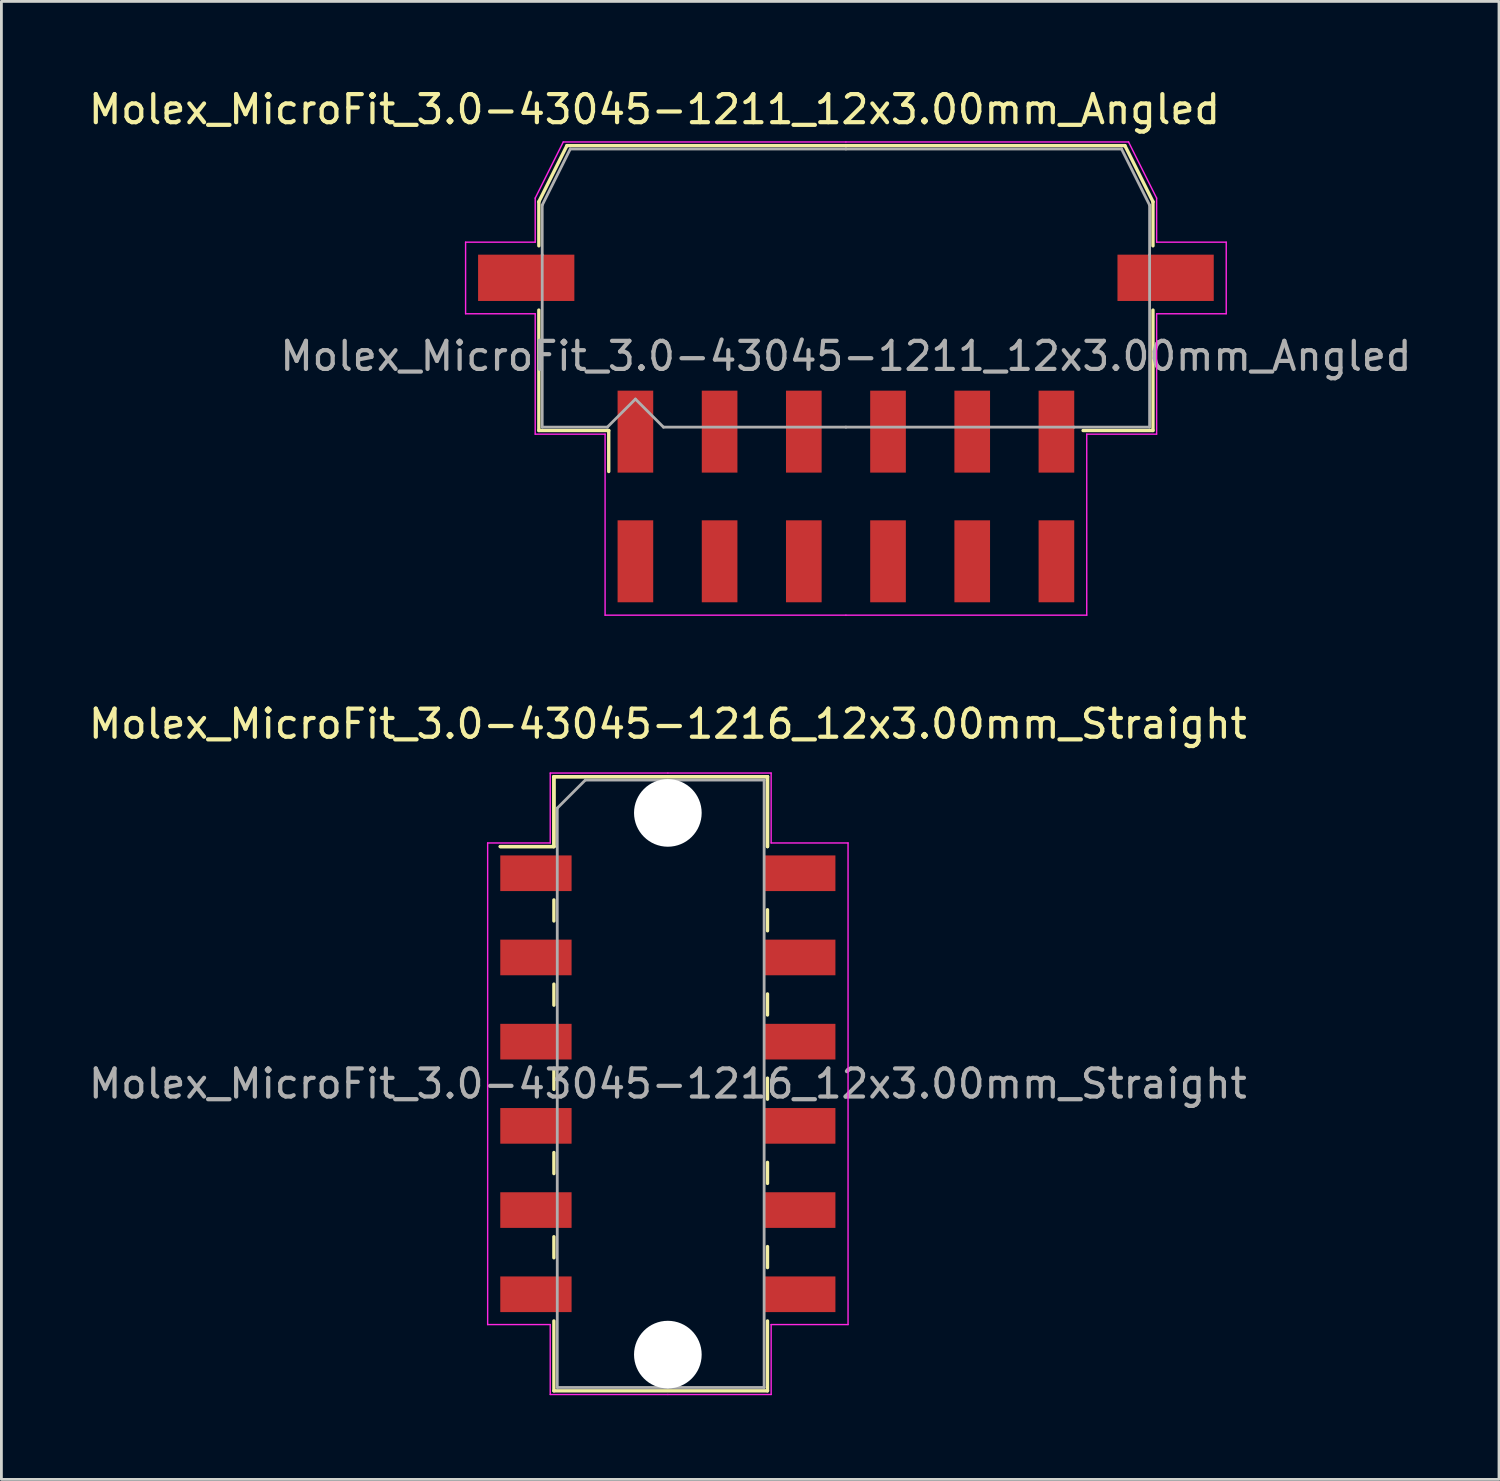
<source format=kicad_pcb>
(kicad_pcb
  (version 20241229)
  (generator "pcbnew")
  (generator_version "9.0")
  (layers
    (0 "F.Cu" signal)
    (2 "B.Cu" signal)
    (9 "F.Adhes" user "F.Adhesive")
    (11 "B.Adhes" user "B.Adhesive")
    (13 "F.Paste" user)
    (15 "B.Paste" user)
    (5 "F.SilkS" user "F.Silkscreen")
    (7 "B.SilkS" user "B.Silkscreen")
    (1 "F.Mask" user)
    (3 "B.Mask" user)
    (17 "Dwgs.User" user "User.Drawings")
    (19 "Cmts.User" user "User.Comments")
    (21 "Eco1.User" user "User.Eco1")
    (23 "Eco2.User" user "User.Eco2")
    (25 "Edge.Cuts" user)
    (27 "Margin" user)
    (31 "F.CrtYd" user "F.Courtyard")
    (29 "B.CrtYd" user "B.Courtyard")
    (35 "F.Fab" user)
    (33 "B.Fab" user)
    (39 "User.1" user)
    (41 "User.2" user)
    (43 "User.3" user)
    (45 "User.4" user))
  (footprint "Molex_MicroFit_3.0-43045-1216_12x3.00mm_Straight"
    (layer "F.Cu")
    (at 20.744 35.562)
    (property "Reference" "Molex_MicroFit_3.0-43045-1216_12x3.00mm_Straight" (at 0 -12.82 0) (layer "F.SilkS") (effects (font (size 1 1) (thickness 0.15))))
    (attr smd)
    (fp_line (start -5.97 -8.45) (end -4.06 -8.45) (stroke (width 0.12) (type solid)) (layer "F.SilkS"))
    (fp_line (start -5.97 -8.45) (end -4.06 -8.45) (stroke (width 0.12) (type solid)) (layer "F.SilkS"))
    (fp_line (start -4.06 -10.94) (end 3.55 -10.94) (stroke (width 0.12) (type solid)) (layer "F.SilkS"))
    (fp_line (start -4.06 -10.94) (end 3.55 -10.94) (stroke (width 0.12) (type solid)) (layer "F.SilkS"))
    (fp_line (start -4.06 -8.45) (end -4.06 -10.94) (stroke (width 0.12) (type solid)) (layer "F.SilkS"))
    (fp_line (start -4.06 -8.45) (end -4.06 -10.94) (stroke (width 0.12) (type solid)) (layer "F.SilkS"))
    (fp_line (start -4.06 -6.55) (end -4.06 -5.8) (stroke (width 0.12) (type solid)) (layer "F.SilkS"))
    (fp_line (start -4.06 -3.55) (end -4.06 -2.8) (stroke (width 0.12) (type solid)) (layer "F.SilkS"))
    (fp_line (start -4.06 -0.55) (end -4.06 0.2) (stroke (width 0.12) (type solid)) (layer "F.SilkS"))
    (fp_line (start -4.06 2.45) (end -4.06 3.2) (stroke (width 0.12) (type solid)) (layer "F.SilkS"))
    (fp_line (start -4.06 5.45) (end -4.06 6.2) (stroke (width 0.12) (type solid)) (layer "F.SilkS"))
    (fp_line (start -4.06 10.94) (end -4.06 8.45) (stroke (width 0.12) (type solid)) (layer "F.SilkS"))
    (fp_line (start 3.55 -10.94) (end 3.55 -8.45) (stroke (width 0.12) (type solid)) (layer "F.SilkS"))
    (fp_line (start 3.55 -10.94) (end 3.55 -8.45) (stroke (width 0.12) (type solid)) (layer "F.SilkS"))
    (fp_line (start 3.55 -5.45) (end 3.55 -6.2) (stroke (width 0.12) (type solid)) (layer "F.SilkS"))
    (fp_line (start 3.55 -2.45) (end 3.55 -3.2) (stroke (width 0.12) (type solid)) (layer "F.SilkS"))
    (fp_line (start 3.55 0.55) (end 3.55 -0.2) (stroke (width 0.12) (type solid)) (layer "F.SilkS"))
    (fp_line (start 3.55 3.55) (end 3.55 2.8) (stroke (width 0.12) (type solid)) (layer "F.SilkS"))
    (fp_line (start 3.55 6.55) (end 3.55 5.8) (stroke (width 0.12) (type solid)) (layer "F.SilkS"))
    (fp_line (start 3.55 8.45) (end 3.55 10.94) (stroke (width 0.12) (type solid)) (layer "F.SilkS"))
    (fp_line (start 3.55 10.94) (end -4.06 10.94) (stroke (width 0.12) (type solid)) (layer "F.SilkS"))
    (fp_line (start -6.42 -8.58) (end -4.19 -8.58) (stroke (width 0.05) (type solid)) (layer "F.CrtYd"))
    (fp_line (start -6.42 8.58) (end -6.42 -8.58) (stroke (width 0.05) (type solid)) (layer "F.CrtYd"))
    (fp_line (start -4.19 -11.07) (end 0 -11.07) (stroke (width 0.05) (type solid)) (layer "F.CrtYd"))
    (fp_line (start -4.19 -8.58) (end -4.19 -11.07) (stroke (width 0.05) (type solid)) (layer "F.CrtYd"))
    (fp_line (start -4.19 8.58) (end -6.42 8.58) (stroke (width 0.05) (type solid)) (layer "F.CrtYd"))
    (fp_line (start -4.19 11.07) (end -4.19 8.58) (stroke (width 0.05) (type solid)) (layer "F.CrtYd"))
    (fp_line (start 0 -11.07) (end 3.68 -11.07) (stroke (width 0.05) (type solid)) (layer "F.CrtYd"))
    (fp_line (start 0 11.07) (end -4.19 11.07) (stroke (width 0.05) (type solid)) (layer "F.CrtYd"))
    (fp_line (start 3.68 -11.07) (end 3.68 -8.58) (stroke (width 0.05) (type solid)) (layer "F.CrtYd"))
    (fp_line (start 3.68 -8.58) (end 6.42 -8.58) (stroke (width 0.05) (type solid)) (layer "F.CrtYd"))
    (fp_line (start 3.68 8.58) (end 3.68 11.07) (stroke (width 0.05) (type solid)) (layer "F.CrtYd"))
    (fp_line (start 3.68 11.07) (end 0 11.07) (stroke (width 0.05) (type solid)) (layer "F.CrtYd"))
    (fp_line (start 6.42 -8.58) (end 6.42 8.58) (stroke (width 0.05) (type solid)) (layer "F.CrtYd"))
    (fp_line (start 6.42 8.58) (end 3.68 8.58) (stroke (width 0.05) (type solid)) (layer "F.CrtYd"))
    (fp_line (start -3.94 -9.82) (end -2.94 -10.82) (stroke (width 0.1) (type solid)) (layer "F.Fab"))
    (fp_line (start -3.94 10.82) (end -3.94 -9.82) (stroke (width 0.1) (type solid)) (layer "F.Fab"))
    (fp_line (start -2.94 -10.82) (end 0 -10.82) (stroke (width 0.1) (type solid)) (layer "F.Fab"))
    (fp_line (start 0 -10.82) (end 3.43 -10.82) (stroke (width 0.1) (type solid)) (layer "F.Fab"))
    (fp_line (start 0 10.82) (end -3.94 10.82) (stroke (width 0.1) (type solid)) (layer "F.Fab"))
    (fp_line (start 3.43 -10.82) (end 3.43 10.82) (stroke (width 0.1) (type solid)) (layer "F.Fab"))
    (fp_line (start 3.43 10.82) (end 0 10.82) (stroke (width 0.1) (type solid)) (layer "F.Fab"))
    (fp_text user "${REFERENCE}" (at 0 0 0) (layer "F.Fab") (effects (font (size 1 1) (thickness 0.15))))
    (pad "" np_thru_hole circle (at 0 -9.65) (size 2.41 2.41) (drill 2.41) (layers "*.Cu"))
    (pad "" np_thru_hole circle (at 0 9.65) (size 2.41 2.41) (drill 2.41) (layers "*.Cu"))
    (pad "1" smd rect (at -4.7 -7.5) (size 2.54 1.27) (layers "F.Cu" "F.Mask" "F.Paste"))
    (pad "2" smd rect (at -4.7 -4.5) (size 2.54 1.27) (layers "F.Cu" "F.Mask" "F.Paste"))
    (pad "3" smd rect (at -4.7 -1.5) (size 2.54 1.27) (layers "F.Cu" "F.Mask" "F.Paste"))
    (pad "4" smd rect (at -4.7 1.5) (size 2.54 1.27) (layers "F.Cu" "F.Mask" "F.Paste"))
    (pad "5" smd rect (at -4.7 4.5) (size 2.54 1.27) (layers "F.Cu" "F.Mask" "F.Paste"))
    (pad "6" smd rect (at -4.7 7.5) (size 2.54 1.27) (layers "F.Cu" "F.Mask" "F.Paste"))
    (pad "7" smd rect (at 4.7 7.5) (size 2.54 1.27) (layers "F.Cu" "F.Mask" "F.Paste"))
    (pad "8" smd rect (at 4.7 4.5) (size 2.54 1.27) (layers "F.Cu" "F.Mask" "F.Paste"))
    (pad "9" smd rect (at 4.7 1.5) (size 2.54 1.27) (layers "F.Cu" "F.Mask" "F.Paste"))
    (pad "10" smd rect (at 4.7 -1.5) (size 2.54 1.27) (layers "F.Cu" "F.Mask" "F.Paste"))
    (pad "11" smd rect (at 4.7 -4.5) (size 2.54 1.27) (layers "F.Cu" "F.Mask" "F.Paste"))
    (pad "12" smd rect (at 4.7 -7.5) (size 2.54 1.27) (layers "F.Cu" "F.Mask" "F.Paste")))
  (footprint "Molex_MicroFit_3.0-43045-1211_12x3.00mm_Angled"
    (layer "F.Cu")
    (at 27.088 14.638)
    (property "Reference" "Molex_MicroFit_3.0-43045-1211_12x3.00mm_Angled" (at -6.82 -13.79 0) (layer "F.SilkS") (effects (font (size 1 1) (thickness 0.15))))
    (attr smd)
    (fp_line (start -10.94 -10.5) (end -10.94 -8.93) (stroke (width 0.12) (type solid)) (layer "F.SilkS"))
    (fp_line (start -10.94 -6.64) (end -10.94 -2.35) (stroke (width 0.12) (type solid)) (layer "F.SilkS"))
    (fp_line (start -10.94 -2.35) (end -8.45 -2.35) (stroke (width 0.12) (type solid)) (layer "F.SilkS"))
    (fp_line (start -9.94 -12.5) (end -10.94 -10.5) (stroke (width 0.12) (type solid)) (layer "F.SilkS"))
    (fp_line (start -8.45 -2.35) (end -8.45 -0.89) (stroke (width 0.12) (type solid)) (layer "F.SilkS"))
    (fp_line (start 0 -12.5) (end -9.94 -12.5) (stroke (width 0.12) (type solid)) (layer "F.SilkS"))
    (fp_line (start 0 -12.5) (end 9.94 -12.5) (stroke (width 0.12) (type solid)) (layer "F.SilkS"))
    (fp_line (start 9.94 -12.5) (end 10.94 -10.5) (stroke (width 0.12) (type solid)) (layer "F.SilkS"))
    (fp_line (start 10.94 -10.5) (end 10.94 -8.93) (stroke (width 0.12) (type solid)) (layer "F.SilkS"))
    (fp_line (start 10.94 -6.64) (end 10.94 -2.35) (stroke (width 0.12) (type solid)) (layer "F.SilkS"))
    (fp_line (start 10.94 -2.35) (end 8.45 -2.35) (stroke (width 0.12) (type solid)) (layer "F.SilkS"))
    (fp_line (start -13.55 -9.06) (end -13.55 -6.51) (stroke (width 0.05) (type solid)) (layer "F.CrtYd"))
    (fp_line (start -13.55 -6.51) (end -11.07 -6.51) (stroke (width 0.05) (type solid)) (layer "F.CrtYd"))
    (fp_line (start -11.07 -10.63) (end -11.07 -9.06) (stroke (width 0.05) (type solid)) (layer "F.CrtYd"))
    (fp_line (start -11.07 -9.06) (end -13.55 -9.06) (stroke (width 0.05) (type solid)) (layer "F.CrtYd"))
    (fp_line (start -11.07 -6.51) (end -11.07 -2.22) (stroke (width 0.05) (type solid)) (layer "F.CrtYd"))
    (fp_line (start -11.07 -2.22) (end -8.58 -2.22) (stroke (width 0.05) (type solid)) (layer "F.CrtYd"))
    (fp_line (start -10.07 -12.63) (end -11.07 -10.63) (stroke (width 0.05) (type solid)) (layer "F.CrtYd"))
    (fp_line (start -8.58 -2.22) (end -8.58 4.23) (stroke (width 0.05) (type solid)) (layer "F.CrtYd"))
    (fp_line (start -8.58 4.23) (end 0 4.23) (stroke (width 0.05) (type solid)) (layer "F.CrtYd"))
    (fp_line (start 0 -12.63) (end -10.07 -12.63) (stroke (width 0.05) (type solid)) (layer "F.CrtYd"))
    (fp_line (start 0 -12.63) (end 10.07 -12.63) (stroke (width 0.05) (type solid)) (layer "F.CrtYd"))
    (fp_line (start 8.58 -2.22) (end 8.58 4.23) (stroke (width 0.05) (type solid)) (layer "F.CrtYd"))
    (fp_line (start 8.58 4.23) (end 0 4.23) (stroke (width 0.05) (type solid)) (layer "F.CrtYd"))
    (fp_line (start 10.07 -12.63) (end 11.07 -10.63) (stroke (width 0.05) (type solid)) (layer "F.CrtYd"))
    (fp_line (start 11.07 -10.63) (end 11.07 -9.06) (stroke (width 0.05) (type solid)) (layer "F.CrtYd"))
    (fp_line (start 11.07 -9.06) (end 13.55 -9.06) (stroke (width 0.05) (type solid)) (layer "F.CrtYd"))
    (fp_line (start 11.07 -6.51) (end 11.07 -2.22) (stroke (width 0.05) (type solid)) (layer "F.CrtYd"))
    (fp_line (start 11.07 -2.22) (end 8.58 -2.22) (stroke (width 0.05) (type solid)) (layer "F.CrtYd"))
    (fp_line (start 13.55 -9.06) (end 13.55 -6.51) (stroke (width 0.05) (type solid)) (layer "F.CrtYd"))
    (fp_line (start 13.55 -6.51) (end 11.07 -6.51) (stroke (width 0.05) (type solid)) (layer "F.CrtYd"))
    (fp_line (start -10.82 -10.38) (end -10.82 -8.61) (stroke (width 0.1) (type solid)) (layer "F.Fab"))
    (fp_line (start -10.82 -8.61) (end -10.82 -2.47) (stroke (width 0.1) (type solid)) (layer "F.Fab"))
    (fp_line (start -10.82 -2.47) (end -8.5 -2.47) (stroke (width 0.1) (type solid)) (layer "F.Fab"))
    (fp_line (start -9.82 -12.38) (end -10.82 -10.38) (stroke (width 0.1) (type solid)) (layer "F.Fab"))
    (fp_line (start -8.5 -2.47) (end -7.5 -3.47) (stroke (width 0.1) (type solid)) (layer "F.Fab"))
    (fp_line (start -7.5 -3.47) (end -6.5 -2.47) (stroke (width 0.1) (type solid)) (layer "F.Fab"))
    (fp_line (start -6.5 -2.47) (end 0 -2.47) (stroke (width 0.1) (type solid)) (layer "F.Fab"))
    (fp_line (start 0 -12.38) (end -9.82 -12.38) (stroke (width 0.1) (type solid)) (layer "F.Fab"))
    (fp_line (start 0 -12.38) (end 9.82 -12.38) (stroke (width 0.1) (type solid)) (layer "F.Fab"))
    (fp_line (start 8.13 -2.47) (end 0 -2.47) (stroke (width 0.1) (type solid)) (layer "F.Fab"))
    (fp_line (start 9.82 -12.38) (end 10.82 -10.38) (stroke (width 0.1) (type solid)) (layer "F.Fab"))
    (fp_line (start 10.82 -10.38) (end 10.82 -8.61) (stroke (width 0.1) (type solid)) (layer "F.Fab"))
    (fp_line (start 10.82 -8.61) (end 10.82 -2.47) (stroke (width 0.1) (type solid)) (layer "F.Fab"))
    (fp_line (start 10.82 -2.47) (end 8.13 -2.47) (stroke (width 0.1) (type solid)) (layer "F.Fab"))
    (fp_text user "${REFERENCE}" (at 0 -5 0) (layer "F.Fab") (effects (font (size 1 1) (thickness 0.15))))
    (pad "" smd rect (at -11.39 -7.79) (size 3.43 1.65) (layers "F.Cu" "F.Mask" "F.Paste"))
    (pad "" smd rect (at 11.39 -7.79) (size 3.43 1.65) (layers "F.Cu" "F.Mask" "F.Paste"))
    (pad "1" smd rect (at -7.5 -2.31) (size 1.27 2.92) (layers "F.Cu" "F.Mask" "F.Paste"))
    (pad "2" smd rect (at -4.5 -2.31) (size 1.27 2.92) (layers "F.Cu" "F.Mask" "F.Paste"))
    (pad "3" smd rect (at -1.5 -2.31) (size 1.27 2.92) (layers "F.Cu" "F.Mask" "F.Paste"))
    (pad "4" smd rect (at 1.5 -2.31) (size 1.27 2.92) (layers "F.Cu" "F.Mask" "F.Paste"))
    (pad "5" smd rect (at 4.5 -2.31) (size 1.27 2.92) (layers "F.Cu" "F.Mask" "F.Paste"))
    (pad "6" smd rect (at 7.5 -2.31) (size 1.27 2.92) (layers "F.Cu" "F.Mask" "F.Paste"))
    (pad "7" smd rect (at 7.5 2.31) (size 1.27 2.92) (layers "F.Cu" "F.Mask" "F.Paste"))
    (pad "8" smd rect (at 4.5 2.31) (size 1.27 2.92) (layers "F.Cu" "F.Mask" "F.Paste"))
    (pad "9" smd rect (at 1.5 2.31) (size 1.27 2.92) (layers "F.Cu" "F.Mask" "F.Paste"))
    (pad "10" smd rect (at -1.5 2.31) (size 1.27 2.92) (layers "F.Cu" "F.Mask" "F.Paste"))
    (pad "11" smd rect (at -4.5 2.31) (size 1.27 2.92) (layers "F.Cu" "F.Mask" "F.Paste"))
    (pad "12" smd rect (at -7.5 2.31) (size 1.27 2.92) (layers "F.Cu" "F.Mask" "F.Paste")))
  (gr_rect
    (start -3 -3)
    (end 50.356 49.657)
    (stroke (width 0.1) (type default))
    (fill no)
    (layer "Edge.Cuts")))
</source>
